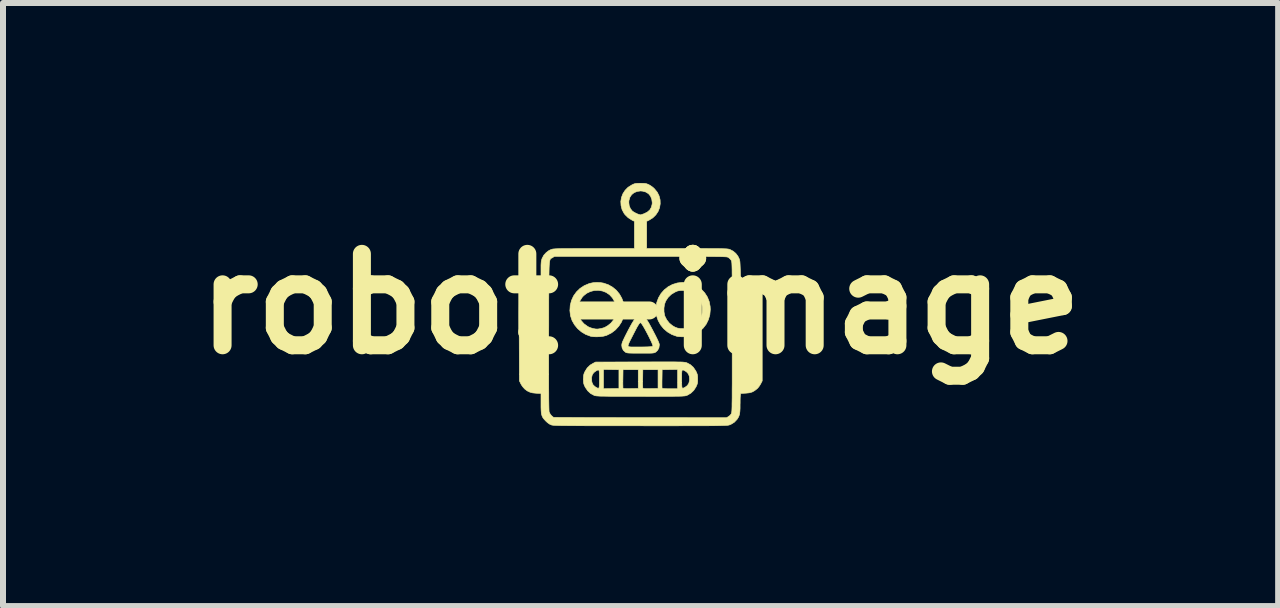
<source format=kicad_pcb>
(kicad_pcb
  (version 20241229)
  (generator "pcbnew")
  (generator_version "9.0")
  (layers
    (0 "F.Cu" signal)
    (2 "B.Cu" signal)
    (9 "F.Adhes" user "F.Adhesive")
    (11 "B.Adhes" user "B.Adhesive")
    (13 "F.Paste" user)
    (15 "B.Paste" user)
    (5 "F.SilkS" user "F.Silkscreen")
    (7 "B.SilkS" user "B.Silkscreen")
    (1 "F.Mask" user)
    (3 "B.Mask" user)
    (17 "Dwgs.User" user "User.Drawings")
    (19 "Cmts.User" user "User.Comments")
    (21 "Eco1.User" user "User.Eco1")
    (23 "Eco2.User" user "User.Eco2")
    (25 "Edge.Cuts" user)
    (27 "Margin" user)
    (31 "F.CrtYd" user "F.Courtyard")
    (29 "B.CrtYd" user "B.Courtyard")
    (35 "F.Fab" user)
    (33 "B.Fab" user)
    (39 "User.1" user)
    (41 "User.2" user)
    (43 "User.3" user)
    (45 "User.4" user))
  (footprint "robot-image"
    (layer "F.Cu")
    (at 7.627 2.016)
    (property "Reference" "robot-image" (at 0 0 0) (layer "F.SilkS") (effects (font (size 1.524 1.524) (thickness 0.3))))
    (attr through_hole)
    (fp_poly (pts (xy -0.666 -0.355) (xy -0.618 -0.347) (xy -0.538 -0.32) (xy -0.466 -0.279) (xy -0.403 -0.227) (xy -0.352 -0.165) (xy -0.312 -0.094) (xy -0.284 -0.018) (xy -0.271 0.063) (xy -0.272 0.147) (xy -0.287 0.222) (xy -0.316 0.299) (xy -0.361 0.369) (xy -0.417 0.431) (xy -0.483 0.482) (xy -0.558 0.52) (xy -0.572 0.526) (xy -0.618 0.538) (xy -0.673 0.545) (xy -0.731 0.548) (xy -0.786 0.546) (xy -0.833 0.539) (xy -0.837 0.537) (xy -0.915 0.508) (xy -0.986 0.465) (xy -1.049 0.411) (xy -1.101 0.347) (xy -1.141 0.277) (xy -1.166 0.202) (xy -1.168 0.196) (xy -1.178 0.109) (xy -1.176 0.086) (xy -1.046 0.086) (xy -1.041 0.153) (xy -1.022 0.218) (xy -0.99 0.277) (xy -0.944 0.33) (xy -0.885 0.373) (xy -0.864 0.385) (xy -0.829 0.399) (xy -0.788 0.411) (xy -0.747 0.418) (xy -0.713 0.419) (xy -0.707 0.418) (xy -0.688 0.415) (xy -0.661 0.411) (xy -0.656 0.41) (xy -0.601 0.394) (xy -0.547 0.363) (xy -0.496 0.322) (xy -0.487 0.312) (xy -0.447 0.262) (xy -0.421 0.21) (xy -0.407 0.152) (xy -0.403 0.093) (xy -0.403 0.055) (xy -0.407 0.026) (xy -0.414 0.00026) (xy -0.426 -0.029) (xy -0.429 -0.034) (xy -0.468 -0.1) (xy -0.516 -0.153) (xy -0.574 -0.192) (xy -0.634 -0.215) (xy -0.701 -0.227) (xy -0.77 -0.224) (xy -0.836 -0.207) (xy -0.897 -0.178) (xy -0.949 -0.137) (xy -0.972 -0.112) (xy -1.012 -0.049) (xy -1.036 0.018) (xy -1.046 0.086) (xy -1.176 0.086) (xy -1.172 0.024) (xy -1.151 -0.057) (xy -1.117 -0.132) (xy -1.069 -0.199) (xy -1.01 -0.257) (xy -0.939 -0.304) (xy -0.859 -0.338) (xy -0.843 -0.343) (xy -0.789 -0.354) (xy -0.728 -0.358) (xy -0.666 -0.355)) (stroke (width 0.01) (type solid)) (fill yes) (layer "F.SilkS"))
    (fp_poly (pts (xy 0.794 -0.351) (xy 0.875 -0.329) (xy 0.948 -0.292) (xy 1.014 -0.244) (xy 1.069 -0.185) (xy 1.113 -0.117) (xy 1.144 -0.041) (xy 1.16 0.041) (xy 1.163 0.093) (xy 1.155 0.181) (xy 1.131 0.263) (xy 1.094 0.338) (xy 1.042 0.405) (xy 0.979 0.461) (xy 0.904 0.505) (xy 0.867 0.521) (xy 0.814 0.536) (xy 0.753 0.545) (xy 0.691 0.548) (xy 0.633 0.544) (xy 0.603 0.539) (xy 0.522 0.51) (xy 0.449 0.467) (xy 0.386 0.413) (xy 0.334 0.349) (xy 0.294 0.277) (xy 0.267 0.199) (xy 0.256 0.115) (xy 0.256 0.07) (xy 0.39 0.07) (xy 0.391 0.132) (xy 0.401 0.19) (xy 0.406 0.205) (xy 0.437 0.266) (xy 0.48 0.32) (xy 0.531 0.362) (xy 0.532 0.363) (xy 0.576 0.388) (xy 0.616 0.403) (xy 0.66 0.411) (xy 0.713 0.412) (xy 0.724 0.412) (xy 0.764 0.41) (xy 0.794 0.406) (xy 0.819 0.398) (xy 0.847 0.385) (xy 0.851 0.383) (xy 0.909 0.345) (xy 0.96 0.295) (xy 0.999 0.237) (xy 1.005 0.224) (xy 1.017 0.197) (xy 1.024 0.173) (xy 1.027 0.146) (xy 1.028 0.111) (xy 1.029 0.093) (xy 1.028 0.052) (xy 1.025 0.022) (xy 1.019 -0.003) (xy 1.009 -0.028) (xy 1.006 -0.036) (xy 0.969 -0.096) (xy 0.919 -0.149) (xy 0.86 -0.19) (xy 0.848 -0.197) (xy 0.82 -0.21) (xy 0.796 -0.218) (xy 0.772 -0.222) (xy 0.74 -0.224) (xy 0.711 -0.224) (xy 0.671 -0.224) (xy 0.642 -0.221) (xy 0.618 -0.216) (xy 0.593 -0.206) (xy 0.574 -0.197) (xy 0.511 -0.159) (xy 0.459 -0.108) (xy 0.419 -0.047) (xy 0.418 -0.045) (xy 0.399 0.009) (xy 0.39 0.07) (xy 0.256 0.07) (xy 0.257 0.06) (xy 0.271 -0.025) (xy 0.3 -0.103) (xy 0.342 -0.174) (xy 0.396 -0.235) (xy 0.46 -0.286) (xy 0.532 -0.324) (xy 0.612 -0.349) (xy 0.697 -0.359) (xy 0.707 -0.359) (xy 0.794 -0.351)) (stroke (width 0.01) (type solid)) (fill yes) (layer "F.SilkS"))
    (fp_poly (pts (xy 0.025 0.214) (xy 0.055 0.222) (xy 0.056 0.223) (xy 0.07 0.231) (xy 0.083 0.241) (xy 0.097 0.256) (xy 0.111 0.276) (xy 0.129 0.303) (xy 0.15 0.34) (xy 0.176 0.388) (xy 0.208 0.448) (xy 0.215 0.462) (xy 0.247 0.523) (xy 0.271 0.571) (xy 0.289 0.609) (xy 0.301 0.637) (xy 0.309 0.658) (xy 0.313 0.675) (xy 0.313 0.685) (xy 0.306 0.733) (xy 0.284 0.774) (xy 0.255 0.801) (xy 0.246 0.807) (xy 0.236 0.812) (xy 0.225 0.815) (xy 0.209 0.818) (xy 0.187 0.82) (xy 0.157 0.821) (xy 0.116 0.821) (xy 0.062 0.821) (xy 0.000151 0.821) (xy -0.068 0.821) (xy -0.121 0.821) (xy -0.162 0.82) (xy -0.192 0.819) (xy -0.213 0.817) (xy -0.229 0.814) (xy -0.24 0.811) (xy -0.25 0.806) (xy -0.252 0.804) (xy -0.286 0.774) (xy -0.307 0.734) (xy -0.312 0.699) (xy -0.207 0.699) (xy -0.205 0.705) (xy -0.204 0.706) (xy -0.199 0.71) (xy -0.19 0.714) (xy -0.175 0.716) (xy -0.153 0.718) (xy -0.12 0.718) (xy -0.076 0.718) (xy -0.017 0.718) (xy 0.002 0.718) (xy 0.066 0.717) (xy 0.114 0.716) (xy 0.15 0.714) (xy 0.175 0.712) (xy 0.191 0.71) (xy 0.201 0.706) (xy 0.206 0.702) (xy 0.204 0.691) (xy 0.196 0.667) (xy 0.182 0.634) (xy 0.163 0.594) (xy 0.141 0.549) (xy 0.117 0.502) (xy 0.092 0.455) (xy 0.068 0.411) (xy 0.046 0.373) (xy 0.027 0.343) (xy 0.013 0.323) (xy 0.005 0.316) (xy -0.002 0.315) (xy -0.01 0.317) (xy -0.018 0.323) (xy -0.028 0.337) (xy -0.041 0.358) (xy -0.059 0.388) (xy -0.081 0.43) (xy -0.109 0.484) (xy -0.128 0.521) (xy -0.156 0.576) (xy -0.178 0.619) (xy -0.193 0.651) (xy -0.202 0.674) (xy -0.207 0.689) (xy -0.207 0.699) (xy -0.312 0.699) (xy -0.313 0.692) (xy -0.312 0.674) (xy -0.308 0.655) (xy -0.3 0.631) (xy -0.286 0.601) (xy -0.267 0.56) (xy -0.246 0.518) (xy -0.205 0.438) (xy -0.17 0.373) (xy -0.141 0.321) (xy -0.117 0.282) (xy -0.098 0.254) (xy -0.083 0.237) (xy -0.078 0.233) (xy -0.05 0.22) (xy -0.013 0.214) (xy 0.025 0.214)) (stroke (width 0.01) (type solid)) (fill yes) (layer "F.SilkS"))
    (fp_poly (pts (xy 0.485 0.966) (xy 0.546 0.966) (xy 0.597 0.967) (xy 0.638 0.968) (xy 0.671 0.968) (xy 0.698 0.969) (xy 0.719 0.971) (xy 0.735 0.973) (xy 0.747 0.975) (xy 0.757 0.977) (xy 0.766 0.98) (xy 0.773 0.982) (xy 0.831 1.013) (xy 0.88 1.057) (xy 0.919 1.114) (xy 0.924 1.123) (xy 0.938 1.154) (xy 0.947 1.179) (xy 0.951 1.206) (xy 0.952 1.242) (xy 0.952 1.252) (xy 0.952 1.29) (xy 0.949 1.318) (xy 0.942 1.343) (xy 0.93 1.37) (xy 0.925 1.382) (xy 0.887 1.441) (xy 0.839 1.487) (xy 0.783 1.52) (xy 0.774 1.524) (xy 0.765 1.527) (xy 0.756 1.529) (xy 0.746 1.532) (xy 0.733 1.534) (xy 0.716 1.535) (xy 0.694 1.537) (xy 0.666 1.538) (xy 0.631 1.539) (xy 0.587 1.539) (xy 0.535 1.54) (xy 0.471 1.54) (xy 0.396 1.54) (xy 0.308 1.541) (xy 0.207 1.541) (xy 0.09 1.541) (xy -0.002 1.54) (xy -0.131 1.54) (xy -0.243 1.54) (xy -0.34 1.54) (xy -0.424 1.54) (xy -0.496 1.54) (xy -0.556 1.539) (xy -0.606 1.538) (xy -0.647 1.538) (xy -0.68 1.537) (xy -0.706 1.535) (xy -0.726 1.534) (xy -0.742 1.532) (xy -0.754 1.53) (xy -0.763 1.528) (xy -0.772 1.525) (xy -0.776 1.523) (xy -0.832 1.493) (xy -0.881 1.448) (xy -0.904 1.414) (xy -0.618 1.414) (xy -0.489 1.412) (xy -0.36 1.41) (xy -0.36 1.337) (xy -0.295 1.337) (xy -0.294 1.371) (xy -0.294 1.395) (xy -0.292 1.403) (xy -0.287 1.408) (xy -0.273 1.411) (xy -0.248 1.412) (xy -0.211 1.413) (xy -0.163 1.412) (xy -0.038 1.41) (xy -0.038 1.337) (xy 0.035 1.337) (xy 0.036 1.371) (xy 0.037 1.395) (xy 0.038 1.403) (xy 0.043 1.408) (xy 0.057 1.411) (xy 0.082 1.412) (xy 0.12 1.413) (xy 0.167 1.412) (xy 0.292 1.41) (xy 0.292 1.337) (xy 0.357 1.337) (xy 0.357 1.371) (xy 0.358 1.395) (xy 0.359 1.403) (xy 0.366 1.408) (xy 0.382 1.411) (xy 0.409 1.413) (xy 0.45 1.414) (xy 0.491 1.414) (xy 0.618 1.414) (xy 0.618 1.253) (xy 0.686 1.253) (xy 0.686 1.31) (xy 0.687 1.352) (xy 0.689 1.381) (xy 0.693 1.398) (xy 0.701 1.405) (xy 0.712 1.404) (xy 0.727 1.397) (xy 0.744 1.388) (xy 0.781 1.36) (xy 0.805 1.323) (xy 0.816 1.277) (xy 0.817 1.254) (xy 0.812 1.203) (xy 0.795 1.163) (xy 0.767 1.133) (xy 0.746 1.119) (xy 0.726 1.108) (xy 0.71 1.101) (xy 0.7 1.101) (xy 0.692 1.11) (xy 0.688 1.129) (xy 0.686 1.159) (xy 0.686 1.203) (xy 0.686 1.253) (xy 0.618 1.253) (xy 0.618 1.092) (xy 0.489 1.094) (xy 0.36 1.096) (xy 0.358 1.244) (xy 0.357 1.293) (xy 0.357 1.337) (xy 0.292 1.337) (xy 0.292 1.096) (xy 0.038 1.096) (xy 0.036 1.244) (xy 0.035 1.293) (xy 0.035 1.337) (xy -0.038 1.337) (xy -0.038 1.096) (xy -0.292 1.096) (xy -0.294 1.244) (xy -0.295 1.293) (xy -0.295 1.337) (xy -0.36 1.337) (xy -0.36 1.096) (xy -0.489 1.094) (xy -0.618 1.092) (xy -0.618 1.414) (xy -0.904 1.414) (xy -0.92 1.392) (xy -0.925 1.382) (xy -0.939 1.352) (xy -0.947 1.327) (xy -0.951 1.301) (xy -0.952 1.267) (xy -0.952 1.253) (xy -0.817 1.253) (xy -0.811 1.304) (xy -0.794 1.345) (xy -0.763 1.376) (xy -0.745 1.388) (xy -0.725 1.399) (xy -0.71 1.406) (xy -0.699 1.405) (xy -0.692 1.396) (xy -0.688 1.377) (xy -0.686 1.346) (xy -0.686 1.301) (xy -0.686 1.253) (xy -0.686 1.196) (xy -0.687 1.154) (xy -0.689 1.125) (xy -0.693 1.108) (xy -0.701 1.101) (xy -0.712 1.102) (xy -0.727 1.109) (xy -0.744 1.118) (xy -0.781 1.146) (xy -0.805 1.182) (xy -0.816 1.228) (xy -0.817 1.253) (xy -0.952 1.253) (xy -0.952 1.252) (xy -0.951 1.214) (xy -0.948 1.185) (xy -0.941 1.16) (xy -0.928 1.131) (xy -0.924 1.123) (xy -0.887 1.065) (xy -0.839 1.019) (xy -0.788 0.989) (xy -0.749 0.969) (xy -0.011 0.967) (xy 0.117 0.967) (xy 0.23 0.966) (xy 0.329 0.966) (xy 0.413 0.966) (xy 0.485 0.966)) (stroke (width 0.01) (type solid)) (fill yes) (layer "F.SilkS"))
    (fp_poly (pts (xy 0.042 -2.01) (xy 0.073 -2.008) (xy 0.097 -2.004) (xy 0.119 -1.996) (xy 0.138 -1.988) (xy 0.17 -1.969) (xy 0.205 -1.944) (xy 0.231 -1.92) (xy 0.278 -1.863) (xy 0.309 -1.801) (xy 0.326 -1.735) (xy 0.328 -1.669) (xy 0.317 -1.604) (xy 0.293 -1.542) (xy 0.255 -1.485) (xy 0.205 -1.436) (xy 0.143 -1.397) (xy 0.141 -1.396) (xy 0.102 -1.377) (xy 0.102 -0.923) (xy 0.774 -0.923) (xy 0.897 -0.923) (xy 1.004 -0.923) (xy 1.096 -0.923) (xy 1.175 -0.922) (xy 1.241 -0.922) (xy 1.297 -0.922) (xy 1.343 -0.921) (xy 1.38 -0.92) (xy 1.409 -0.919) (xy 1.432 -0.918) (xy 1.45 -0.916) (xy 1.464 -0.914) (xy 1.475 -0.912) (xy 1.484 -0.909) (xy 1.493 -0.906) (xy 1.494 -0.905) (xy 1.544 -0.879) (xy 1.588 -0.842) (xy 1.623 -0.796) (xy 1.647 -0.747) (xy 1.655 -0.714) (xy 1.657 -0.694) (xy 1.659 -0.662) (xy 1.661 -0.619) (xy 1.663 -0.571) (xy 1.665 -0.521) (xy 1.666 -0.473) (xy 1.667 -0.43) (xy 1.668 -0.41) (xy 1.668 -0.375) (xy 1.746 -0.371) (xy 1.795 -0.366) (xy 1.832 -0.359) (xy 1.863 -0.348) (xy 1.867 -0.346) (xy 1.914 -0.317) (xy 1.958 -0.277) (xy 1.994 -0.231) (xy 2.007 -0.207) (xy 2.028 -0.165) (xy 2.028 1.283) (xy 2.004 1.33) (xy 1.984 1.364) (xy 1.958 1.398) (xy 1.942 1.414) (xy 1.901 1.446) (xy 1.859 1.469) (xy 1.811 1.482) (xy 1.752 1.488) (xy 1.747 1.488) (xy 1.67 1.492) (xy 1.665 1.518) (xy 1.663 1.535) (xy 1.661 1.565) (xy 1.66 1.605) (xy 1.66 1.652) (xy 1.659 1.676) (xy 1.659 1.741) (xy 1.656 1.792) (xy 1.651 1.832) (xy 1.642 1.864) (xy 1.629 1.892) (xy 1.612 1.919) (xy 1.608 1.925) (xy 1.562 1.973) (xy 1.508 2.006) (xy 1.478 2.018) (xy 1.472 2.02) (xy 1.463 2.021) (xy 1.452 2.023) (xy 1.438 2.024) (xy 1.419 2.025) (xy 1.395 2.026) (xy 1.365 2.027) (xy 1.328 2.028) (xy 1.284 2.029) (xy 1.232 2.03) (xy 1.172 2.03) (xy 1.101 2.031) (xy 1.02 2.031) (xy 0.928 2.031) (xy 0.824 2.031) (xy 0.707 2.031) (xy 0.577 2.032) (xy 0.433 2.032) (xy 0.273 2.032) (xy 0.098 2.032) (xy -0.004 2.031) (xy -0.188 2.031) (xy -0.356 2.031) (xy -0.508 2.031) (xy -0.646 2.031) (xy -0.77 2.031) (xy -0.881 2.031) (xy -0.98 2.03) (xy -1.067 2.03) (xy -1.143 2.029) (xy -1.209 2.029) (xy -1.266 2.028) (xy -1.314 2.028) (xy -1.354 2.027) (xy -1.388 2.026) (xy -1.415 2.025) (xy -1.436 2.024) (xy -1.453 2.023) (xy -1.466 2.021) (xy -1.476 2.02) (xy -1.483 2.018) (xy -1.486 2.017) (xy -1.519 2.002) (xy -1.552 1.978) (xy -1.58 1.952) (xy -1.604 1.926) (xy -1.623 1.903) (xy -1.637 1.879) (xy -1.647 1.851) (xy -1.654 1.818) (xy -1.657 1.775) (xy -1.659 1.722) (xy -1.659 1.655) (xy -1.659 1.492) (xy -1.738 1.489) (xy -1.798 1.483) (xy -1.846 1.47) (xy -1.888 1.45) (xy -1.929 1.419) (xy -1.934 1.414) (xy -1.96 1.385) (xy -1.985 1.35) (xy -1.996 1.33) (xy -2.019 1.283) (xy -2.02 1.035) (xy -1.531 1.035) (xy -1.531 1.17) (xy -1.531 1.291) (xy -1.531 1.398) (xy -1.53 1.491) (xy -1.53 1.57) (xy -1.529 1.637) (xy -1.528 1.692) (xy -1.527 1.735) (xy -1.526 1.767) (xy -1.525 1.788) (xy -1.524 1.8) (xy -1.523 1.8) (xy -1.51 1.829) (xy -1.489 1.858) (xy -1.464 1.881) (xy -1.448 1.891) (xy -1.438 1.891) (xy -1.412 1.892) (xy -1.371 1.892) (xy -1.316 1.893) (xy -1.248 1.893) (xy -1.166 1.893) (xy -1.074 1.894) (xy -0.97 1.894) (xy -0.857 1.895) (xy -0.734 1.895) (xy -0.604 1.895) (xy -0.466 1.895) (xy -0.322 1.896) (xy -0.172 1.896) (xy -0.018 1.896) (xy -0.001 1.896) (xy 1.433 1.897) (xy 1.465 1.878) (xy 1.492 1.858) (xy 1.512 1.832) (xy 1.513 1.83) (xy 1.515 1.825) (xy 1.517 1.819) (xy 1.519 1.81) (xy 1.52 1.799) (xy 1.522 1.783) (xy 1.523 1.763) (xy 1.524 1.737) (xy 1.525 1.705) (xy 1.525 1.666) (xy 1.526 1.619) (xy 1.527 1.563) (xy 1.527 1.497) (xy 1.527 1.421) (xy 1.528 1.334) (xy 1.528 1.234) (xy 1.528 1.122) (xy 1.528 0.995) (xy 1.528 0.855) (xy 1.528 0.698) (xy 1.528 0.55) (xy 1.528 0.381) (xy 1.528 0.227) (xy 1.528 0.088) (xy 1.528 -0.035) (xy 1.528 -0.146) (xy 1.528 -0.243) (xy 1.528 -0.329) (xy 1.527 -0.403) (xy 1.527 -0.467) (xy 1.526 -0.522) (xy 1.526 -0.567) (xy 1.525 -0.605) (xy 1.524 -0.636) (xy 1.523 -0.661) (xy 1.522 -0.68) (xy 1.52 -0.695) (xy 1.519 -0.706) (xy 1.517 -0.714) (xy 1.515 -0.719) (xy 1.513 -0.724) (xy 1.511 -0.728) (xy 1.491 -0.752) (xy 1.467 -0.773) (xy 1.464 -0.774) (xy 1.461 -0.777) (xy 1.456 -0.779) (xy 1.45 -0.78) (xy 1.443 -0.782) (xy 1.432 -0.784) (xy 1.418 -0.785) (xy 1.4 -0.786) (xy 1.376 -0.787) (xy 1.347 -0.788) (xy 1.311 -0.789) (xy 1.267 -0.789) (xy 1.216 -0.79) (xy 1.155 -0.79) (xy 1.085 -0.791) (xy 1.004 -0.791) (xy 0.913 -0.791) (xy 0.809 -0.791) (xy 0.692 -0.791) (xy 0.562 -0.792) (xy 0.417 -0.792) (xy 0.258 -0.792) (xy 0.082 -0.792) (xy -1.435 -0.792) (xy -1.467 -0.772) (xy -1.475 -0.767) (xy -1.483 -0.763) (xy -1.49 -0.76) (xy -1.496 -0.756) (xy -1.501 -0.75) (xy -1.506 -0.742) (xy -1.51 -0.731) (xy -1.514 -0.716) (xy -1.517 -0.696) (xy -1.52 -0.671) (xy -1.522 -0.639) (xy -1.524 -0.601) (xy -1.525 -0.554) (xy -1.526 -0.498) (xy -1.527 -0.433) (xy -1.528 -0.357) (xy -1.529 -0.271) (xy -1.529 -0.172) (xy -1.53 -0.06) (xy -1.53 0.065) (xy -1.53 0.205) (xy -1.53 0.36) (xy -1.531 0.532) (xy -1.531 0.533) (xy -1.531 0.717) (xy -1.531 0.884) (xy -1.531 1.035) (xy -2.02 1.035) (xy -2.022 0.576) (xy -2.022 0.446) (xy -2.022 0.33) (xy -2.023 0.23) (xy -2.023 0.143) (xy -2.022 0.069) (xy -2.021 0.006) (xy -2.02 -0.047) (xy -2.018 -0.091) (xy -2.016 -0.127) (xy -2.013 -0.156) (xy -2.009 -0.179) (xy -2.004 -0.198) (xy -1.998 -0.213) (xy -1.991 -0.226) (xy -1.983 -0.238) (xy -1.974 -0.249) (xy -1.963 -0.262) (xy -1.962 -0.264) (xy -1.921 -0.304) (xy -1.872 -0.337) (xy -1.844 -0.352) (xy -1.82 -0.361) (xy -1.794 -0.366) (xy -1.759 -0.37) (xy -1.739 -0.371) (xy -1.659 -0.375) (xy -1.659 -0.542) (xy -1.659 -0.601) (xy -1.659 -0.646) (xy -1.657 -0.679) (xy -1.655 -0.705) (xy -1.651 -0.725) (xy -1.646 -0.743) (xy -1.641 -0.758) (xy -1.613 -0.811) (xy -1.572 -0.856) (xy -1.524 -0.892) (xy -1.494 -0.905) (xy -1.485 -0.908) (xy -1.476 -0.911) (xy -1.466 -0.914) (xy -1.452 -0.916) (xy -1.435 -0.917) (xy -1.413 -0.919) (xy -1.385 -0.92) (xy -1.349 -0.921) (xy -1.305 -0.922) (xy -1.251 -0.922) (xy -1.187 -0.922) (xy -1.11 -0.923) (xy -1.02 -0.923) (xy -0.916 -0.923) (xy -0.796 -0.923) (xy -0.774 -0.923) (xy -0.102 -0.923) (xy -0.102 -1.377) (xy -0.141 -1.396) (xy -0.205 -1.436) (xy -0.258 -1.488) (xy -0.275 -1.511) (xy -0.308 -1.573) (xy -0.325 -1.64) (xy -0.328 -1.693) (xy -0.196 -1.693) (xy -0.189 -1.637) (xy -0.169 -1.588) (xy -0.137 -1.548) (xy -0.13 -1.543) (xy -0.109 -1.529) (xy -0.081 -1.514) (xy -0.051 -1.5) (xy -0.023 -1.49) (xy -0.002 -1.485) (xy 0.004 -1.485) (xy 0.016 -1.489) (xy 0.039 -1.497) (xy 0.057 -1.503) (xy 0.112 -1.53) (xy 0.154 -1.566) (xy 0.181 -1.612) (xy 0.194 -1.666) (xy 0.195 -1.688) (xy 0.187 -1.747) (xy 0.166 -1.797) (xy 0.133 -1.837) (xy 0.088 -1.865) (xy 0.034 -1.88) (xy 0 -1.883) (xy -0.058 -1.875) (xy -0.108 -1.854) (xy -0.149 -1.821) (xy -0.178 -1.777) (xy -0.193 -1.725) (xy -0.196 -1.693) (xy -0.328 -1.693) (xy -0.329 -1.707) (xy -0.318 -1.774) (xy -0.294 -1.837) (xy -0.257 -1.894) (xy -0.208 -1.944) (xy -0.147 -1.982) (xy -0.146 -1.983) (xy -0.119 -1.996) (xy -0.097 -2.004) (xy -0.074 -2.008) (xy -0.046 -2.01) (xy -0.007 -2.011) (xy -0.000178 -2.011) (xy 0.042 -2.01)) (stroke (width 0.01) (type solid)) (fill yes) (layer "F.SilkS")))
  (gr_rect
    (start -3 -3)
    (end 18.255 7.052)
    (stroke (width 0.1) (type default))
    (fill no)
    (layer "Edge.Cuts")))
</source>
